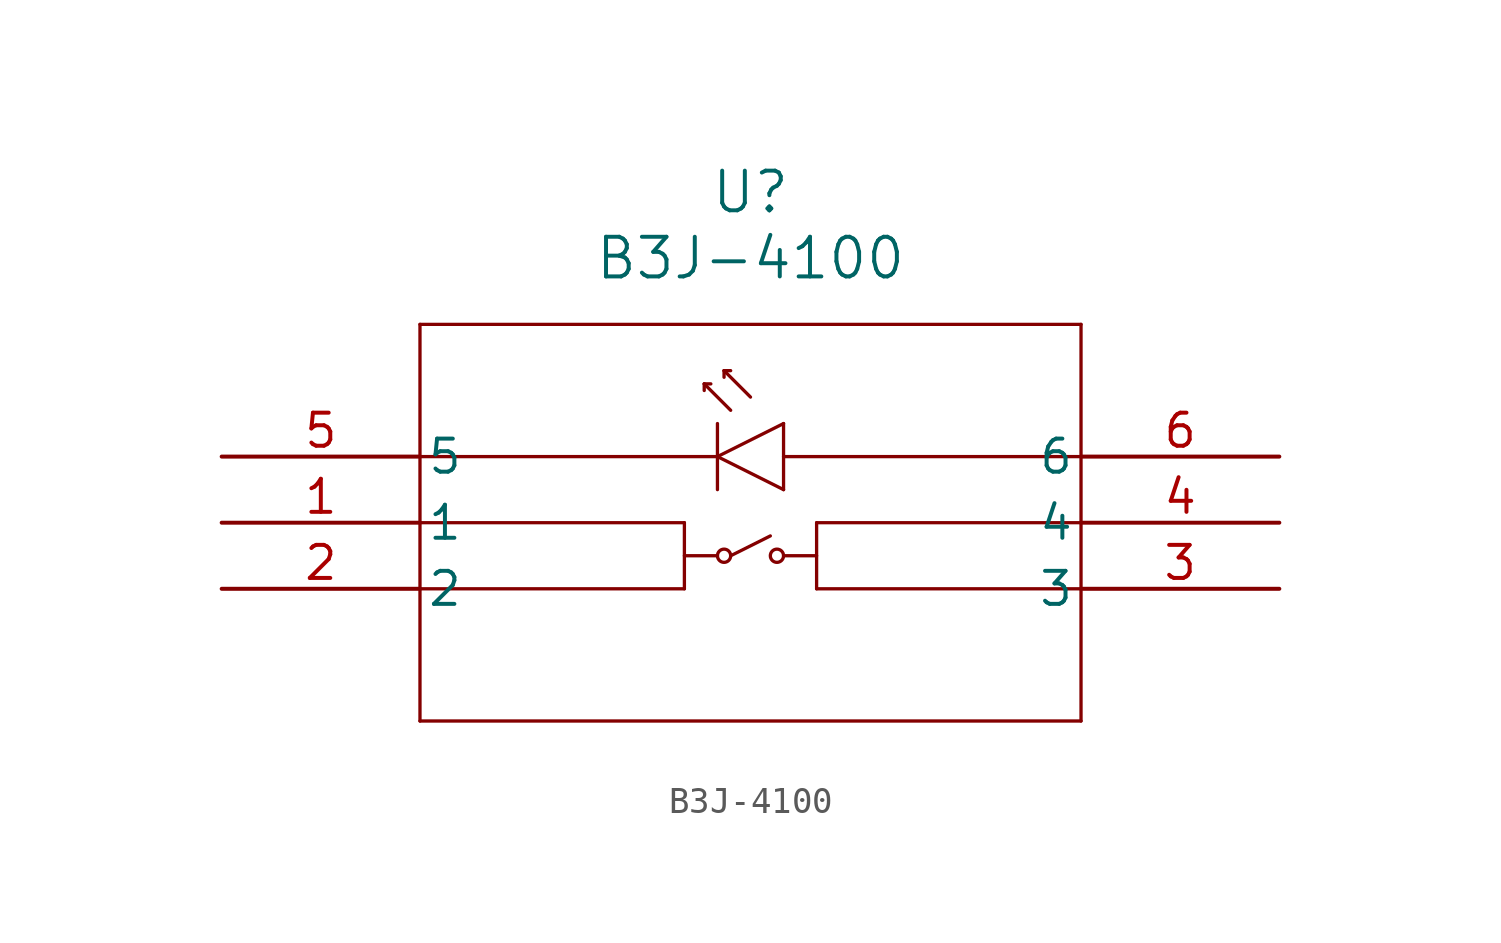
<source format=kicad_sym>
(kicad_symbol_lib
  (version 20211014)
  (generator kicad_symbol_editor)
  (symbol "B3J-4100"
    (pin_names
      (offset 0.254))
    (property "Reference" "U"
      (at 20.32 10.16 0)
      (effects (font (size 1.524 1.524))))
    (property "Value" "B3J-4100"
      (at 20.32 7.62 0)
      (effects (font (size 1.524 1.524))))
    (symbol "B3J-4100_0_1"
      (polyline (pts (xy 7.62 5.08) (xy 7.62 -10.16)) (stroke (width 0.127) (type default) (color 0 0 0 0)) (fill (type none)))
      (polyline (pts (xy 7.62 -10.16) (xy 33.02 -10.16)) (stroke (width 0.127) (type default) (color 0 0 0 0)) (fill (type none)))
      (polyline (pts (xy 33.02 -10.16) (xy 33.02 5.08)) (stroke (width 0.127) (type default) (color 0 0 0 0)) (fill (type none)))
      (polyline (pts (xy 33.02 5.08) (xy 7.62 5.08)) (stroke (width 0.127) (type default) (color 0 0 0 0)) (fill (type none)))
      (polyline (pts (xy 7.62 0) (xy 19.05 0)) (stroke (width 0.127) (type default) (color 0 0 0 0)) (fill (type none)))
      (polyline (pts (xy 21.59 0) (xy 33.02 0)) (stroke (width 0.127) (type default) (color 0 0 0 0)) (fill (type none)))
      (polyline (pts (xy 7.62 -2.54) (xy 17.78 -2.54)) (stroke (width 0.127) (type default) (color 0 0 0 0)) (fill (type none)))
      (polyline (pts (xy 17.78 -2.54) (xy 17.78 -5.08)) (stroke (width 0.127) (type default) (color 0 0 0 0)) (fill (type none)))
      (polyline (pts (xy 17.78 -5.08) (xy 7.62 -5.08)) (stroke (width 0.127) (type default) (color 0 0 0 0)) (fill (type none)))
      (polyline (pts (xy 22.86 -5.08) (xy 22.86 -2.54)) (stroke (width 0.127) (type default) (color 0 0 0 0)) (fill (type none)))
      (polyline (pts (xy 22.86 -2.54) (xy 33.02 -2.54)) (stroke (width 0.127) (type default) (color 0 0 0 0)) (fill (type none)))
      (polyline (pts (xy 22.86 -5.08) (xy 33.02 -5.08)) (stroke (width 0.127) (type default) (color 0 0 0 0)) (fill (type none)))
      (polyline (pts (xy 17.78 -3.81) (xy 19.05 -3.81)) (stroke (width 0.127) (type default) (color 0 0 0 0)) (fill (type none)))
      (polyline (pts (xy 21.59 -3.81) (xy 22.86 -3.81)) (stroke (width 0.127) (type default) (color 0 0 0 0)) (fill (type none)))
      (polyline (pts (xy 19.05 1.27) (xy 19.05 -1.27)) (stroke (width 0.127) (type default) (color 0 0 0 0)) (fill (type none)))
      (polyline (pts (xy 21.59 1.27) (xy 21.59 -1.27)) (stroke (width 0.127) (type default) (color 0 0 0 0)) (fill (type none)))
      (polyline (pts (xy 21.59 -1.27) (xy 19.05 0)) (stroke (width 0.127) (type default) (color 0 0 0 0)) (fill (type none)))
      (polyline (pts (xy 19.05 0) (xy 21.59 1.27)) (stroke (width 0.127) (type default) (color 0 0 0 0)) (fill (type none)))
      (circle (center 19.304 -3.81) (radius 0.254) (stroke (width 0.127) (type default) (color 0 0 0 0)) (fill (type none)))
      (circle (center 21.336 -3.81) (radius 0.254) (stroke (width 0.127) (type default) (color 0 0 0 0)) (fill (type none)))
      (polyline (pts (xy 19.558 -3.81) (xy 21.082 -3.048)) (stroke (width 0.127) (type default) (color 0 0 0 0)) (fill (type none)))
      (polyline (pts (xy 19.558 1.778) (xy 18.542 2.794)) (stroke (width 0.127) (type default) (color 0 0 0 0)) (fill (type none)))
      (polyline (pts (xy 20.32 2.286) (xy 19.304 3.302)) (stroke (width 0.127) (type default) (color 0 0 0 0)) (fill (type none)))
      (polyline (pts (xy 18.542 2.794) (xy 18.542 2.54)) (stroke (width 0.127) (type default) (color 0 0 0 0)) (fill (type none)))
      (polyline (pts (xy 18.542 2.794) (xy 18.796 2.794)) (stroke (width 0.127) (type default) (color 0 0 0 0)) (fill (type none)))
      (polyline (pts (xy 19.304 3.302) (xy 19.304 3.048)) (stroke (width 0.127) (type default) (color 0 0 0 0)) (fill (type none)))
      (polyline (pts (xy 19.304 3.302) (xy 19.558 3.302)) (stroke (width 0.127) (type default) (color 0 0 0 0)) (fill (type none)))
      (pin unspecified line (at 0 -2.54 0) (length 7.62) (name "1" (effects (font (size 1.27 1.27)))) (number "1" (effects (font (size 1.27 1.27)))))
      (pin unspecified line (at 0 -5.08 0) (length 7.62) (name "2" (effects (font (size 1.27 1.27)))) (number "2" (effects (font (size 1.27 1.27)))))
      (pin unspecified line (at 40.64 -5.08 180) (length 7.62) (name "3" (effects (font (size 1.27 1.27)))) (number "3" (effects (font (size 1.27 1.27)))))
      (pin unspecified line (at 40.64 -2.54 180) (length 7.62) (name "4" (effects (font (size 1.27 1.27)))) (number "4" (effects (font (size 1.27 1.27)))))
      (pin unspecified line (at 0 0 0) (length 7.62) (name "5" (effects (font (size 1.27 1.27)))) (number "5" (effects (font (size 1.27 1.27)))))
      (pin unspecified line (at 40.64 0 180) (length 7.62) (name "6" (effects (font (size 1.27 1.27)))) (number "6" (effects (font (size 1.27 1.27))))))))
</source>
